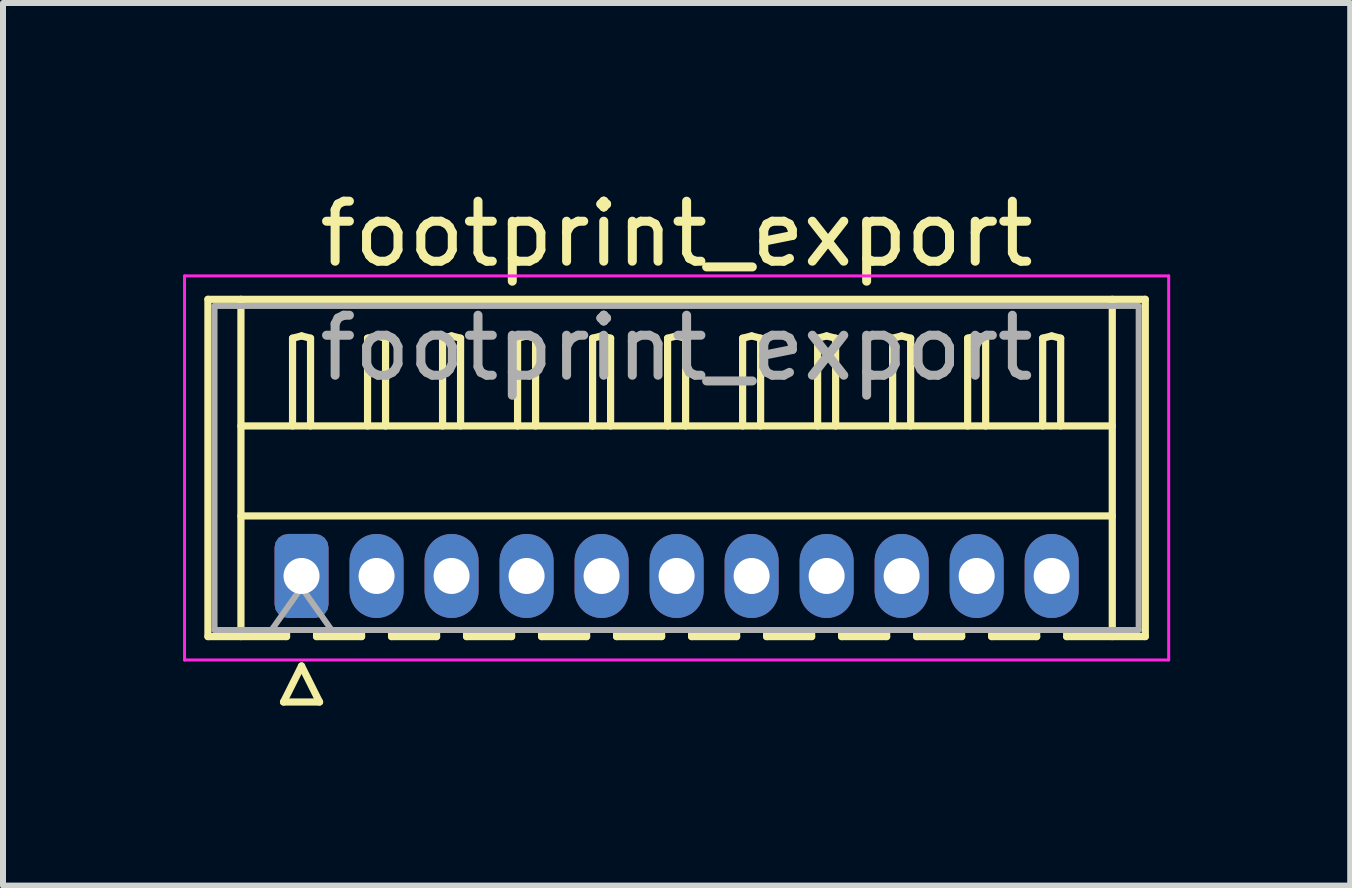
<source format=kicad_pcb>
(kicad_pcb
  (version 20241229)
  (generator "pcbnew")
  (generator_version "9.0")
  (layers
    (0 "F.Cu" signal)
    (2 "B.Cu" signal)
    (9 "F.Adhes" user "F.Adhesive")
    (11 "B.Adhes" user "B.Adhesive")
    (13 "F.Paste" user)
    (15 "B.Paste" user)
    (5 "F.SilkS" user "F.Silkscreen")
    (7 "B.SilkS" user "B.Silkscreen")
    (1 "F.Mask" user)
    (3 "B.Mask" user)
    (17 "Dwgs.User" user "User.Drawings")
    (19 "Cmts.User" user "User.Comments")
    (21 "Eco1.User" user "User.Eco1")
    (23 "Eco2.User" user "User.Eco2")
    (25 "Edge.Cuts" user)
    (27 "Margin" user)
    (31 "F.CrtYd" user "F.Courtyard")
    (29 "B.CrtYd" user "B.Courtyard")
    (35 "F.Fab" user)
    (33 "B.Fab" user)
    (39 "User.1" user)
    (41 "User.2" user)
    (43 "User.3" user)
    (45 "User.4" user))
  (footprint "footprint_export"
    (layer "F.Cu")
    (at 1.975 6.548)
    (property "Reference" "footprint_export" (at 6.25 -5.7 0) (layer "F.SilkS") (effects (font (size 1 1) (thickness 0.15))))
    (attr through_hole)
    (fp_line (start -1.56 -4.61) (end 14.06 -4.61) (stroke (width 0.12) (type solid)) (layer "F.SilkS"))
    (fp_line (start -1.56 1.01) (end -1.56 -4.61) (stroke (width 0.12) (type solid)) (layer "F.SilkS"))
    (fp_line (start -1.01 -4.61) (end -1.01 1.01) (stroke (width 0.12) (type solid)) (layer "F.SilkS"))
    (fp_line (start -1.01 -2.5) (end 13.51 -2.5) (stroke (width 0.12) (type solid)) (layer "F.SilkS"))
    (fp_line (start -1.01 -1) (end 13.51 -1) (stroke (width 0.12) (type solid)) (layer "F.SilkS"))
    (fp_line (start -0.3 2.1) (end 0.3 2.1) (stroke (width 0.12) (type solid)) (layer "F.SilkS"))
    (fp_line (start -0.25 0.96) (end -0.25 1.01) (stroke (width 0.12) (type solid)) (layer "F.SilkS"))
    (fp_line (start -0.25 1.01) (end -1.56 1.01) (stroke (width 0.12) (type solid)) (layer "F.SilkS"))
    (fp_line (start -0.15 -3.962) (end 0 -4) (stroke (width 0.12) (type solid)) (layer "F.SilkS"))
    (fp_line (start -0.15 -2.5) (end -0.15 -3.962) (stroke (width 0.12) (type solid)) (layer "F.SilkS"))
    (fp_line (start 0 -4) (end 0.15 -3.962) (stroke (width 0.12) (type solid)) (layer "F.SilkS"))
    (fp_line (start 0 1.5) (end -0.3 2.1) (stroke (width 0.12) (type solid)) (layer "F.SilkS"))
    (fp_line (start 0.15 -3.962) (end 0.15 -2.5) (stroke (width 0.12) (type solid)) (layer "F.SilkS"))
    (fp_line (start 0.25 0.96) (end 0.25 1.01) (stroke (width 0.12) (type solid)) (layer "F.SilkS"))
    (fp_line (start 0.25 1.01) (end 1 1.01) (stroke (width 0.12) (type solid)) (layer "F.SilkS"))
    (fp_line (start 0.3 2.1) (end 0 1.5) (stroke (width 0.12) (type solid)) (layer "F.SilkS"))
    (fp_line (start 1 1.01) (end 1 0.96) (stroke (width 0.12) (type solid)) (layer "F.SilkS"))
    (fp_line (start 1.1 -3.962) (end 1.25 -4) (stroke (width 0.12) (type solid)) (layer "F.SilkS"))
    (fp_line (start 1.1 -2.5) (end 1.1 -3.962) (stroke (width 0.12) (type solid)) (layer "F.SilkS"))
    (fp_line (start 1.25 -4) (end 1.4 -3.962) (stroke (width 0.12) (type solid)) (layer "F.SilkS"))
    (fp_line (start 1.4 -3.962) (end 1.4 -2.5) (stroke (width 0.12) (type solid)) (layer "F.SilkS"))
    (fp_line (start 1.5 0.96) (end 1.5 1.01) (stroke (width 0.12) (type solid)) (layer "F.SilkS"))
    (fp_line (start 1.5 1.01) (end 2.25 1.01) (stroke (width 0.12) (type solid)) (layer "F.SilkS"))
    (fp_line (start 2.25 1.01) (end 2.25 0.96) (stroke (width 0.12) (type solid)) (layer "F.SilkS"))
    (fp_line (start 2.35 -3.962) (end 2.5 -4) (stroke (width 0.12) (type solid)) (layer "F.SilkS"))
    (fp_line (start 2.35 -2.5) (end 2.35 -3.962) (stroke (width 0.12) (type solid)) (layer "F.SilkS"))
    (fp_line (start 2.5 -4) (end 2.65 -3.962) (stroke (width 0.12) (type solid)) (layer "F.SilkS"))
    (fp_line (start 2.65 -3.962) (end 2.65 -2.5) (stroke (width 0.12) (type solid)) (layer "F.SilkS"))
    (fp_line (start 2.75 0.96) (end 2.75 1.01) (stroke (width 0.12) (type solid)) (layer "F.SilkS"))
    (fp_line (start 2.75 1.01) (end 3.5 1.01) (stroke (width 0.12) (type solid)) (layer "F.SilkS"))
    (fp_line (start 3.5 1.01) (end 3.5 0.96) (stroke (width 0.12) (type solid)) (layer "F.SilkS"))
    (fp_line (start 3.6 -3.962) (end 3.75 -4) (stroke (width 0.12) (type solid)) (layer "F.SilkS"))
    (fp_line (start 3.6 -2.5) (end 3.6 -3.962) (stroke (width 0.12) (type solid)) (layer "F.SilkS"))
    (fp_line (start 3.75 -4) (end 3.9 -3.962) (stroke (width 0.12) (type solid)) (layer "F.SilkS"))
    (fp_line (start 3.9 -3.962) (end 3.9 -2.5) (stroke (width 0.12) (type solid)) (layer "F.SilkS"))
    (fp_line (start 4 0.96) (end 4 1.01) (stroke (width 0.12) (type solid)) (layer "F.SilkS"))
    (fp_line (start 4 1.01) (end 4.75 1.01) (stroke (width 0.12) (type solid)) (layer "F.SilkS"))
    (fp_line (start 4.75 1.01) (end 4.75 0.96) (stroke (width 0.12) (type solid)) (layer "F.SilkS"))
    (fp_line (start 4.85 -3.962) (end 5 -4) (stroke (width 0.12) (type solid)) (layer "F.SilkS"))
    (fp_line (start 4.85 -2.5) (end 4.85 -3.962) (stroke (width 0.12) (type solid)) (layer "F.SilkS"))
    (fp_line (start 5 -4) (end 5.15 -3.962) (stroke (width 0.12) (type solid)) (layer "F.SilkS"))
    (fp_line (start 5.15 -3.962) (end 5.15 -2.5) (stroke (width 0.12) (type solid)) (layer "F.SilkS"))
    (fp_line (start 5.25 0.96) (end 5.25 1.01) (stroke (width 0.12) (type solid)) (layer "F.SilkS"))
    (fp_line (start 5.25 1.01) (end 6 1.01) (stroke (width 0.12) (type solid)) (layer "F.SilkS"))
    (fp_line (start 6 1.01) (end 6 0.96) (stroke (width 0.12) (type solid)) (layer "F.SilkS"))
    (fp_line (start 6.1 -3.962) (end 6.25 -4) (stroke (width 0.12) (type solid)) (layer "F.SilkS"))
    (fp_line (start 6.1 -2.5) (end 6.1 -3.962) (stroke (width 0.12) (type solid)) (layer "F.SilkS"))
    (fp_line (start 6.25 -4) (end 6.4 -3.962) (stroke (width 0.12) (type solid)) (layer "F.SilkS"))
    (fp_line (start 6.4 -3.962) (end 6.4 -2.5) (stroke (width 0.12) (type solid)) (layer "F.SilkS"))
    (fp_line (start 6.5 0.96) (end 6.5 1.01) (stroke (width 0.12) (type solid)) (layer "F.SilkS"))
    (fp_line (start 6.5 1.01) (end 7.25 1.01) (stroke (width 0.12) (type solid)) (layer "F.SilkS"))
    (fp_line (start 7.25 1.01) (end 7.25 0.96) (stroke (width 0.12) (type solid)) (layer "F.SilkS"))
    (fp_line (start 7.35 -3.962) (end 7.5 -4) (stroke (width 0.12) (type solid)) (layer "F.SilkS"))
    (fp_line (start 7.35 -2.5) (end 7.35 -3.962) (stroke (width 0.12) (type solid)) (layer "F.SilkS"))
    (fp_line (start 7.5 -4) (end 7.65 -3.962) (stroke (width 0.12) (type solid)) (layer "F.SilkS"))
    (fp_line (start 7.65 -3.962) (end 7.65 -2.5) (stroke (width 0.12) (type solid)) (layer "F.SilkS"))
    (fp_line (start 7.75 0.96) (end 7.75 1.01) (stroke (width 0.12) (type solid)) (layer "F.SilkS"))
    (fp_line (start 7.75 1.01) (end 8.5 1.01) (stroke (width 0.12) (type solid)) (layer "F.SilkS"))
    (fp_line (start 8.5 1.01) (end 8.5 0.96) (stroke (width 0.12) (type solid)) (layer "F.SilkS"))
    (fp_line (start 8.6 -3.962) (end 8.75 -4) (stroke (width 0.12) (type solid)) (layer "F.SilkS"))
    (fp_line (start 8.6 -2.5) (end 8.6 -3.962) (stroke (width 0.12) (type solid)) (layer "F.SilkS"))
    (fp_line (start 8.75 -4) (end 8.9 -3.962) (stroke (width 0.12) (type solid)) (layer "F.SilkS"))
    (fp_line (start 8.9 -3.962) (end 8.9 -2.5) (stroke (width 0.12) (type solid)) (layer "F.SilkS"))
    (fp_line (start 9 0.96) (end 9 1.01) (stroke (width 0.12) (type solid)) (layer "F.SilkS"))
    (fp_line (start 9 1.01) (end 9.75 1.01) (stroke (width 0.12) (type solid)) (layer "F.SilkS"))
    (fp_line (start 9.75 1.01) (end 9.75 0.96) (stroke (width 0.12) (type solid)) (layer "F.SilkS"))
    (fp_line (start 9.85 -3.962) (end 10 -4) (stroke (width 0.12) (type solid)) (layer "F.SilkS"))
    (fp_line (start 9.85 -2.5) (end 9.85 -3.962) (stroke (width 0.12) (type solid)) (layer "F.SilkS"))
    (fp_line (start 10 -4) (end 10.15 -3.962) (stroke (width 0.12) (type solid)) (layer "F.SilkS"))
    (fp_line (start 10.15 -3.962) (end 10.15 -2.5) (stroke (width 0.12) (type solid)) (layer "F.SilkS"))
    (fp_line (start 10.25 0.96) (end 10.25 1.01) (stroke (width 0.12) (type solid)) (layer "F.SilkS"))
    (fp_line (start 10.25 1.01) (end 11 1.01) (stroke (width 0.12) (type solid)) (layer "F.SilkS"))
    (fp_line (start 11 1.01) (end 11 0.96) (stroke (width 0.12) (type solid)) (layer "F.SilkS"))
    (fp_line (start 11.1 -3.962) (end 11.25 -4) (stroke (width 0.12) (type solid)) (layer "F.SilkS"))
    (fp_line (start 11.1 -2.5) (end 11.1 -3.962) (stroke (width 0.12) (type solid)) (layer "F.SilkS"))
    (fp_line (start 11.25 -4) (end 11.4 -3.962) (stroke (width 0.12) (type solid)) (layer "F.SilkS"))
    (fp_line (start 11.4 -3.962) (end 11.4 -2.5) (stroke (width 0.12) (type solid)) (layer "F.SilkS"))
    (fp_line (start 11.5 0.96) (end 11.5 1.01) (stroke (width 0.12) (type solid)) (layer "F.SilkS"))
    (fp_line (start 11.5 1.01) (end 12.25 1.01) (stroke (width 0.12) (type solid)) (layer "F.SilkS"))
    (fp_line (start 12.25 1.01) (end 12.25 0.96) (stroke (width 0.12) (type solid)) (layer "F.SilkS"))
    (fp_line (start 12.35 -3.962) (end 12.5 -4) (stroke (width 0.12) (type solid)) (layer "F.SilkS"))
    (fp_line (start 12.35 -2.5) (end 12.35 -3.962) (stroke (width 0.12) (type solid)) (layer "F.SilkS"))
    (fp_line (start 12.5 -4) (end 12.65 -3.962) (stroke (width 0.12) (type solid)) (layer "F.SilkS"))
    (fp_line (start 12.65 -3.962) (end 12.65 -2.5) (stroke (width 0.12) (type solid)) (layer "F.SilkS"))
    (fp_line (start 12.75 1.01) (end 12.75 0.96) (stroke (width 0.12) (type solid)) (layer "F.SilkS"))
    (fp_line (start 13.51 -4.61) (end 13.51 1.01) (stroke (width 0.12) (type solid)) (layer "F.SilkS"))
    (fp_line (start 14.06 -4.61) (end 14.06 1.01) (stroke (width 0.12) (type solid)) (layer "F.SilkS"))
    (fp_line (start 14.06 1.01) (end 12.75 1.01) (stroke (width 0.12) (type solid)) (layer "F.SilkS"))
    (fp_line (start -1.95 -5) (end -1.95 1.4) (stroke (width 0.05) (type solid)) (layer "F.CrtYd"))
    (fp_line (start -1.95 1.4) (end 14.45 1.4) (stroke (width 0.05) (type solid)) (layer "F.CrtYd"))
    (fp_line (start 14.45 -5) (end -1.95 -5) (stroke (width 0.05) (type solid)) (layer "F.CrtYd"))
    (fp_line (start 14.45 1.4) (end 14.45 -5) (stroke (width 0.05) (type solid)) (layer "F.CrtYd"))
    (fp_line (start -1.45 -4.5) (end -1.45 0.9) (stroke (width 0.1) (type solid)) (layer "F.Fab"))
    (fp_line (start -1.45 0.9) (end 13.95 0.9) (stroke (width 0.1) (type solid)) (layer "F.Fab"))
    (fp_line (start -0.5 0.9) (end 0 0.193) (stroke (width 0.1) (type solid)) (layer "F.Fab"))
    (fp_line (start 0 0.193) (end 0.5 0.9) (stroke (width 0.1) (type solid)) (layer "F.Fab"))
    (fp_line (start 13.95 -4.5) (end -1.45 -4.5) (stroke (width 0.1) (type solid)) (layer "F.Fab"))
    (fp_line (start 13.95 0.9) (end 13.95 -4.5) (stroke (width 0.1) (type solid)) (layer "F.Fab"))
    (fp_text user "${REFERENCE}" (at 6.25 -3.8 0) (layer "F.Fab") (effects (font (size 1 1) (thickness 0.15))))
    (pad "1" thru_hole roundrect (at 0 0) (size 0.9 1.4) (drill 0.6) (layers "*.Cu" "*.Mask") (roundrect_rratio 0.25))
    (pad "2" thru_hole oval (at 1.25 0) (size 0.9 1.4) (drill 0.6) (layers "*.Cu" "*.Mask"))
    (pad "3" thru_hole oval (at 2.5 0) (size 0.9 1.4) (drill 0.6) (layers "*.Cu" "*.Mask"))
    (pad "4" thru_hole oval (at 3.75 0) (size 0.9 1.4) (drill 0.6) (layers "*.Cu" "*.Mask"))
    (pad "5" thru_hole oval (at 5 0) (size 0.9 1.4) (drill 0.6) (layers "*.Cu" "*.Mask"))
    (pad "6" thru_hole oval (at 6.25 0) (size 0.9 1.4) (drill 0.6) (layers "*.Cu" "*.Mask"))
    (pad "7" thru_hole oval (at 7.5 0) (size 0.9 1.4) (drill 0.6) (layers "*.Cu" "*.Mask"))
    (pad "8" thru_hole oval (at 8.75 0) (size 0.9 1.4) (drill 0.6) (layers "*.Cu" "*.Mask"))
    (pad "9" thru_hole oval (at 10 0) (size 0.9 1.4) (drill 0.6) (layers "*.Cu" "*.Mask"))
    (pad "10" thru_hole oval (at 11.25 0) (size 0.9 1.4) (drill 0.6) (layers "*.Cu" "*.Mask"))
    (pad "11" thru_hole oval (at 12.5 0) (size 0.9 1.4) (drill 0.6) (layers "*.Cu" "*.Mask")))
  (gr_rect
    (start -3 -3)
    (end 19.45 11.708)
    (stroke (width 0.1) (type default))
    (fill no)
    (layer "Edge.Cuts")))
</source>
